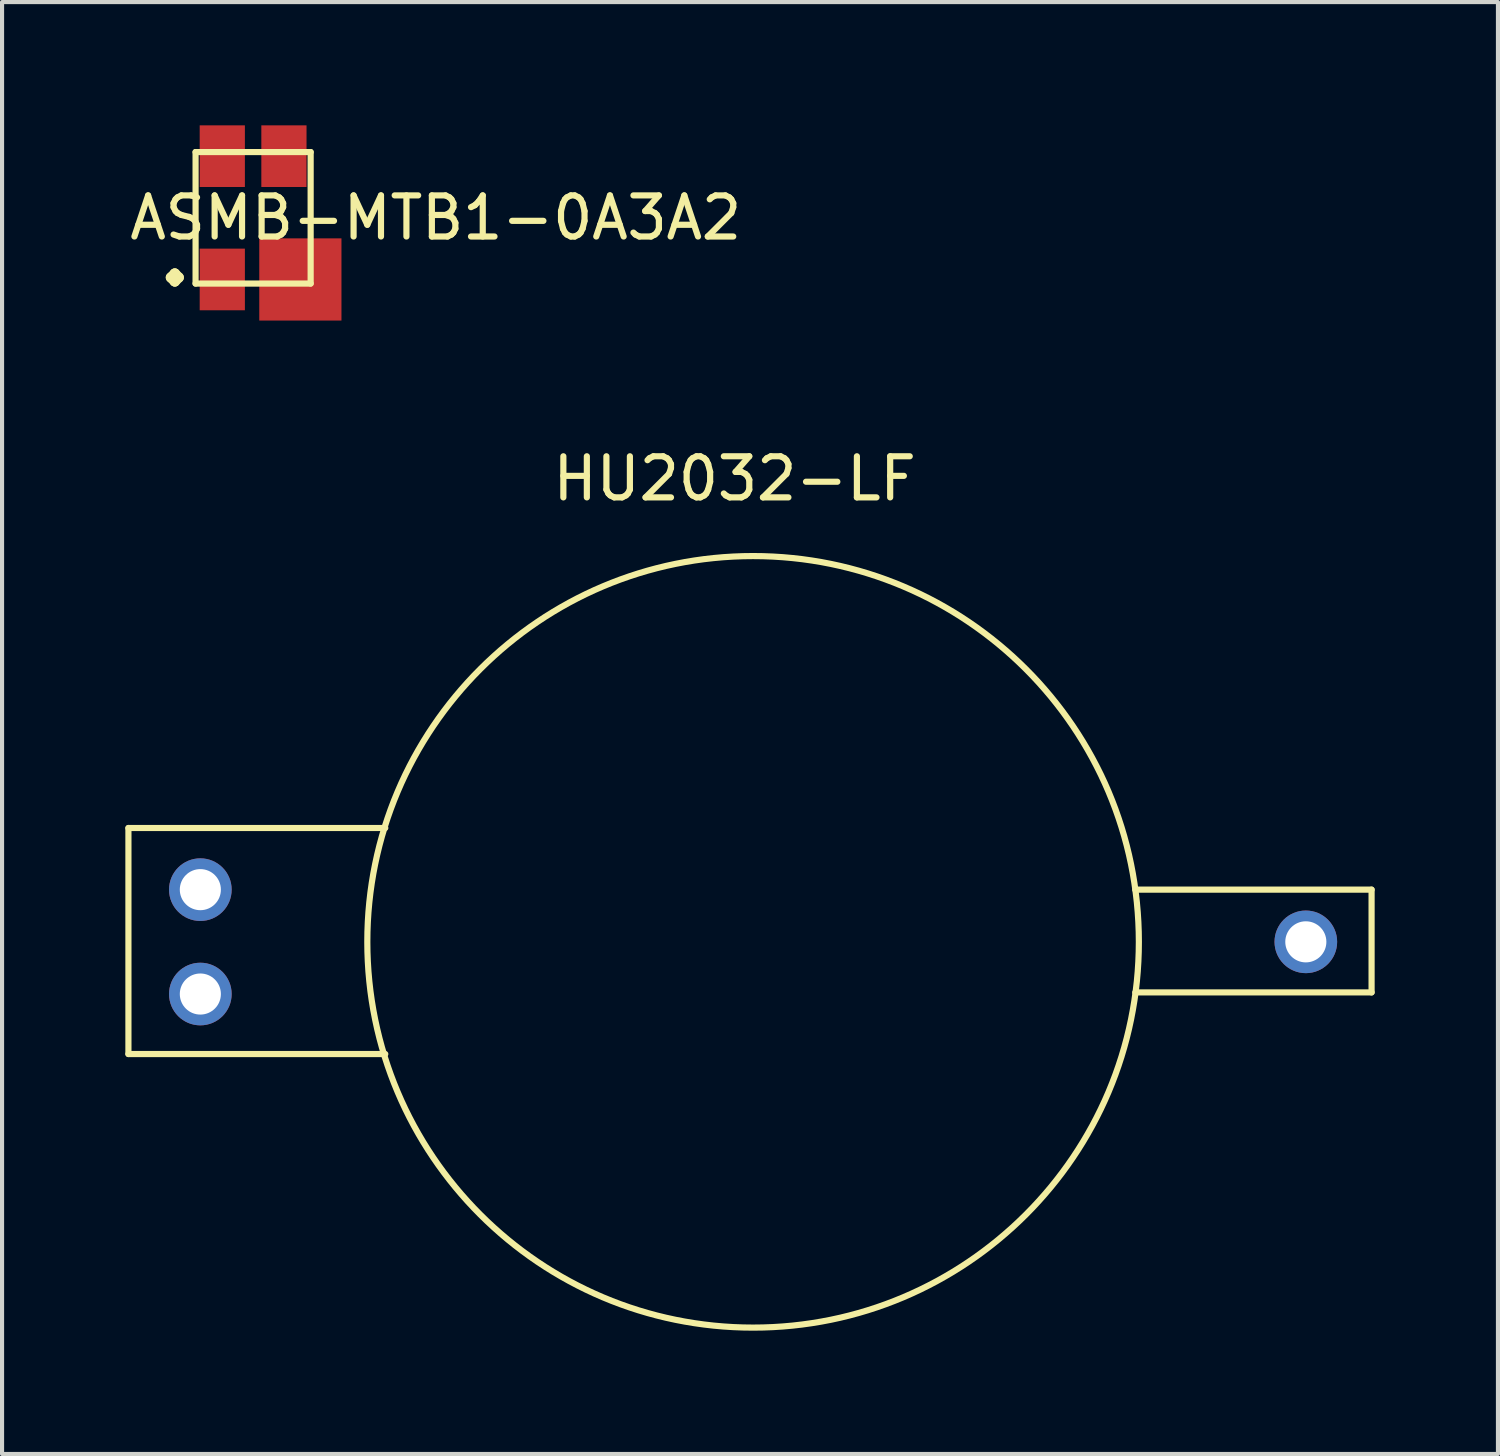
<source format=kicad_pcb>
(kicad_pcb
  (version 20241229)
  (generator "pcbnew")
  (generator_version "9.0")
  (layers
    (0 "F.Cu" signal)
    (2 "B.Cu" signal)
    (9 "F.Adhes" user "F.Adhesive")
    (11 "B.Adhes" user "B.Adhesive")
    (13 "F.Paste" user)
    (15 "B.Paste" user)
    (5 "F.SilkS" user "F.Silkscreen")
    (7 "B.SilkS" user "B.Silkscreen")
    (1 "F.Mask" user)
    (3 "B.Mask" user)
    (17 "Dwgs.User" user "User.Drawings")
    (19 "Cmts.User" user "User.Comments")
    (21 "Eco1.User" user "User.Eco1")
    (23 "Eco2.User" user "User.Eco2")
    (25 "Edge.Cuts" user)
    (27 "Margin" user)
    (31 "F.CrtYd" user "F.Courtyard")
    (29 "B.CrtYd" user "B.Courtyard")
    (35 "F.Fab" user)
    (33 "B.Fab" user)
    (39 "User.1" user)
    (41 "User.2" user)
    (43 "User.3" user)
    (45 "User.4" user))
  (footprint "ASMB-MTB1-0A3A2"
    (layer "F.Cu")
    (at 3.109 2.25)
    (property "Reference" "ASMB-MTB1-0A3A2" (at 4.445 0 0) (layer "F.SilkS") (effects (font (size 1 1) (thickness 0.15))))
    (attr through_hole)
    (fp_line (start -1.4 1.6) (end -1.4 -1.6) (stroke (width 0.15) (type solid)) (layer "F.SilkS"))
    (fp_line (start 1.4 -1.6) (end -1.4 -1.6) (stroke (width 0.15) (type solid)) (layer "F.SilkS"))
    (fp_line (start 1.4 -1.6) (end 1.4 1.6) (stroke (width 0.15) (type solid)) (layer "F.SilkS"))
    (fp_line (start 1.4 1.6) (end -1.4 1.6) (stroke (width 0.15) (type solid)) (layer "F.SilkS"))
    (fp_text user "." (at -1.905 0.635 0) (layer "F.SilkS") (effects (font (size 2 2) (thickness 0.25))))
    (pad "1" smd rect (at -0.75 1.5) (size 1.1 1.5) (layers "F.Cu" "F.Mask" "F.Paste"))
    (pad "2" smd rect (at -0.75 -1.5) (size 1.1 1.5) (layers "F.Cu" "F.Mask" "F.Paste"))
    (pad "3" smd rect (at 0.75 -1.5) (size 1.1 1.5) (layers "F.Cu" "F.Mask" "F.Paste"))
    (pad "4" smd rect (at 1.15 1.5) (size 2 2) (layers "F.Cu" "F.Mask" "F.Paste")))
  (footprint "HU2032-LF"
    (layer "F.Cu")
    (at 1.825 18.598)
    (property "Reference" "HU2032-LF" (at 13 -10 0) (layer "F.SilkS") (effects (font (size 1 1) (thickness 0.15))))
    (attr through_hole)
    (fp_line (start -1.75 -1.5) (end 4.5 -1.5) (stroke (width 0.15) (type solid)) (layer "F.SilkS"))
    (fp_line (start -1.75 4) (end -1.75 -1.5) (stroke (width 0.15) (type solid)) (layer "F.SilkS"))
    (fp_line (start 4.5 4) (end -1.75 4) (stroke (width 0.15) (type solid)) (layer "F.SilkS"))
    (fp_line (start 22.75 0) (end 28.5 0) (stroke (width 0.15) (type solid)) (layer "F.SilkS"))
    (fp_line (start 28.5 0) (end 28.5 2.5) (stroke (width 0.15) (type solid)) (layer "F.SilkS"))
    (fp_line (start 28.5 2.5) (end 22.75 2.5) (stroke (width 0.15) (type solid)) (layer "F.SilkS"))
    (fp_circle (center 13.45 1.27) (end 10 10) (stroke (width 0.15) (type solid)) (fill no) (layer "F.SilkS"))
    (pad "1" thru_hole circle (at 0 0) (size 1.524 1.524) (drill 1) (layers "*.Cu" "*.Mask"))
    (pad "1" thru_hole circle (at 0 2.54) (size 1.524 1.524) (drill 1) (layers "*.Cu" "*.Mask"))
    (pad "2" thru_hole circle (at 26.9 1.27) (size 1.524 1.524) (drill 1) (layers "*.Cu" "*.Mask")))
  (gr_rect
    (start -3 -3)
    (end 33.4 32.33)
    (stroke (width 0.1) (type default))
    (fill no)
    (layer "Edge.Cuts")))
</source>
